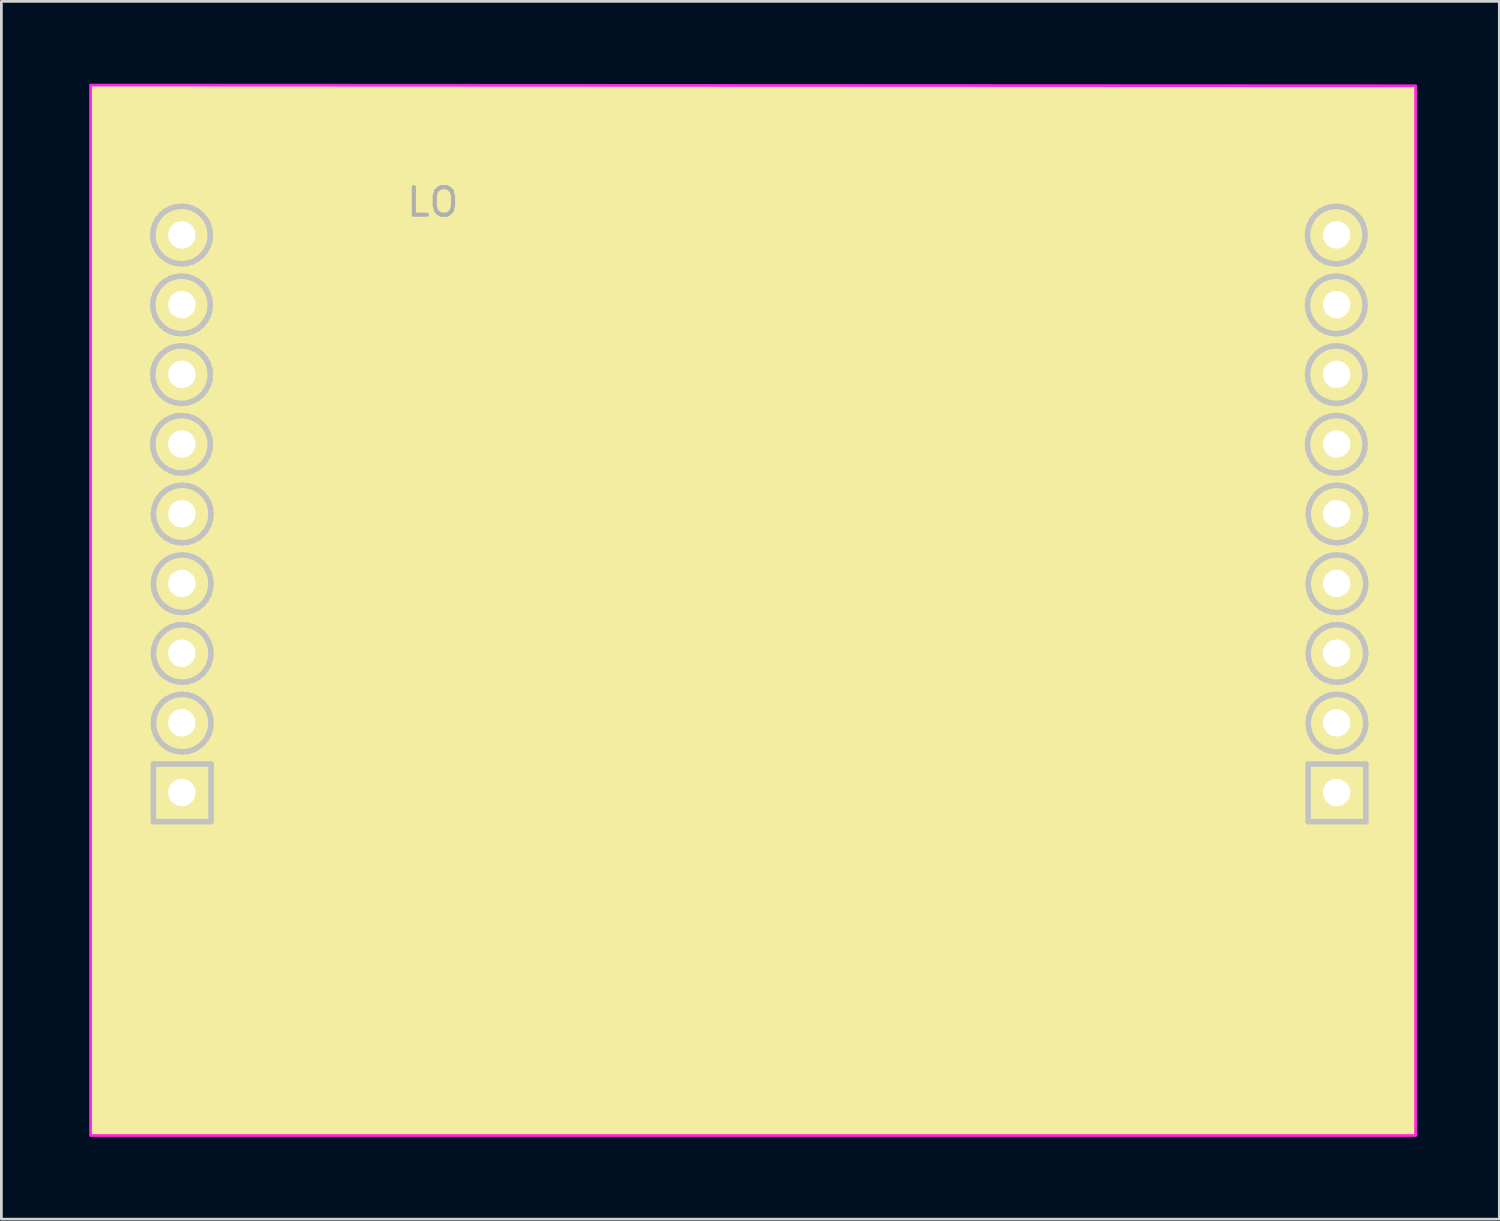
<source format=kicad_pcb>
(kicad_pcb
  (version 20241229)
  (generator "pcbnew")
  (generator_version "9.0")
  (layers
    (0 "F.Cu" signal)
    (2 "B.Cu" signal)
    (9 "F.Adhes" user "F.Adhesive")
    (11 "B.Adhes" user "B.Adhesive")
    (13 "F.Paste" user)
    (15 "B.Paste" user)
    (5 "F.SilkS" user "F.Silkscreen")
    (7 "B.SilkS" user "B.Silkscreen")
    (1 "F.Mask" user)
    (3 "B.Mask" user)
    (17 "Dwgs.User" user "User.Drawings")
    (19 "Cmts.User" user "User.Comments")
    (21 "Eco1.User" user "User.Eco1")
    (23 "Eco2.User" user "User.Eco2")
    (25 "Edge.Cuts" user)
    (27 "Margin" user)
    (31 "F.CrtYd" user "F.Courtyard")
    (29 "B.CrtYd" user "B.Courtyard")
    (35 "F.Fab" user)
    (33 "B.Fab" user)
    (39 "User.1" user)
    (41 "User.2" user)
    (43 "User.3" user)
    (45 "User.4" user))
  (footprint "LO"
    (layer "F.Cu")
    (at 0.25 0.304)
    (property "Reference" "LO" (at 9.169 0.813 0) (unlocked yes) (layer "F.SilkS") (effects (font (size 1 1) (thickness 0.1))))
    (attr through_hole)
    (fp_poly (pts (xy 48.285 38.024) (xy 48.285 -0.229) (xy 0 -0.254) (xy 0 38.024)) (stroke (width 0) (type solid)) (fill yes) (layer "F.SilkS"))
    (fp_line (start 2.265 5.213) (end 2.285 5.008) (stroke (width 0.2) (type default)) (layer "Dwgs.User"))
    (fp_line (start 2.265 7.758) (end 2.285 7.553) (stroke (width 0.2) (type default)) (layer "Dwgs.User"))
    (fp_line (start 2.265 10.297) (end 2.285 10.093) (stroke (width 0.2) (type default)) (layer "Dwgs.User"))
    (fp_line (start 2.265 12.838) (end 2.285 12.633) (stroke (width 0.2) (type default)) (layer "Dwgs.User"))
    (fp_line (start 2.285 5.008) (end 2.345 4.811) (stroke (width 0.2) (type default)) (layer "Dwgs.User"))
    (fp_line (start 2.285 5.417) (end 2.265 5.213) (stroke (width 0.2) (type default)) (layer "Dwgs.User"))
    (fp_line (start 2.285 7.553) (end 2.345 7.356) (stroke (width 0.2) (type default)) (layer "Dwgs.User"))
    (fp_line (start 2.285 7.962) (end 2.265 7.758) (stroke (width 0.2) (type default)) (layer "Dwgs.User"))
    (fp_line (start 2.285 10.093) (end 2.345 9.896) (stroke (width 0.2) (type default)) (layer "Dwgs.User"))
    (fp_line (start 2.285 10.502) (end 2.265 10.297) (stroke (width 0.2) (type default)) (layer "Dwgs.User"))
    (fp_line (start 2.285 12.633) (end 2.345 12.436) (stroke (width 0.2) (type default)) (layer "Dwgs.User"))
    (fp_line (start 2.285 13.042) (end 2.265 12.838) (stroke (width 0.2) (type default)) (layer "Dwgs.User"))
    (fp_line (start 2.29 15.377) (end 2.31 15.173) (stroke (width 0.2) (type default)) (layer "Dwgs.User"))
    (fp_line (start 2.29 17.918) (end 2.31 17.713) (stroke (width 0.2) (type default)) (layer "Dwgs.User"))
    (fp_line (start 2.29 20.457) (end 2.31 20.253) (stroke (width 0.2) (type default)) (layer "Dwgs.User"))
    (fp_line (start 2.29 22.997) (end 2.31 22.793) (stroke (width 0.2) (type default)) (layer "Dwgs.User"))
    (fp_line (start 2.29 24.488) (end 4.39 24.488) (stroke (width 0.2) (type default)) (layer "Dwgs.User"))
    (fp_line (start 2.29 26.587) (end 2.29 24.488) (stroke (width 0.2) (type default)) (layer "Dwgs.User"))
    (fp_line (start 2.31 15.173) (end 2.37 14.976) (stroke (width 0.2) (type default)) (layer "Dwgs.User"))
    (fp_line (start 2.31 15.582) (end 2.29 15.377) (stroke (width 0.2) (type default)) (layer "Dwgs.User"))
    (fp_line (start 2.31 17.713) (end 2.37 17.516) (stroke (width 0.2) (type default)) (layer "Dwgs.User"))
    (fp_line (start 2.31 18.122) (end 2.29 17.918) (stroke (width 0.2) (type default)) (layer "Dwgs.User"))
    (fp_line (start 2.31 20.253) (end 2.37 20.056) (stroke (width 0.2) (type default)) (layer "Dwgs.User"))
    (fp_line (start 2.31 20.662) (end 2.29 20.457) (stroke (width 0.2) (type default)) (layer "Dwgs.User"))
    (fp_line (start 2.31 22.793) (end 2.37 22.596) (stroke (width 0.2) (type default)) (layer "Dwgs.User"))
    (fp_line (start 2.31 23.202) (end 2.29 22.997) (stroke (width 0.2) (type default)) (layer "Dwgs.User"))
    (fp_line (start 2.345 4.811) (end 2.442 4.629) (stroke (width 0.2) (type default)) (layer "Dwgs.User"))
    (fp_line (start 2.345 5.614) (end 2.285 5.417) (stroke (width 0.2) (type default)) (layer "Dwgs.User"))
    (fp_line (start 2.345 7.356) (end 2.442 7.174) (stroke (width 0.2) (type default)) (layer "Dwgs.User"))
    (fp_line (start 2.345 8.159) (end 2.285 7.962) (stroke (width 0.2) (type default)) (layer "Dwgs.User"))
    (fp_line (start 2.345 9.896) (end 2.442 9.714) (stroke (width 0.2) (type default)) (layer "Dwgs.User"))
    (fp_line (start 2.345 10.699) (end 2.285 10.502) (stroke (width 0.2) (type default)) (layer "Dwgs.User"))
    (fp_line (start 2.345 12.436) (end 2.442 12.254) (stroke (width 0.2) (type default)) (layer "Dwgs.User"))
    (fp_line (start 2.345 13.239) (end 2.285 13.042) (stroke (width 0.2) (type default)) (layer "Dwgs.User"))
    (fp_line (start 2.37 14.976) (end 2.467 14.794) (stroke (width 0.2) (type default)) (layer "Dwgs.User"))
    (fp_line (start 2.37 15.779) (end 2.31 15.582) (stroke (width 0.2) (type default)) (layer "Dwgs.User"))
    (fp_line (start 2.37 17.516) (end 2.467 17.334) (stroke (width 0.2) (type default)) (layer "Dwgs.User"))
    (fp_line (start 2.37 18.319) (end 2.31 18.122) (stroke (width 0.2) (type default)) (layer "Dwgs.User"))
    (fp_line (start 2.37 20.056) (end 2.467 19.874) (stroke (width 0.2) (type default)) (layer "Dwgs.User"))
    (fp_line (start 2.37 20.859) (end 2.31 20.662) (stroke (width 0.2) (type default)) (layer "Dwgs.User"))
    (fp_line (start 2.37 22.596) (end 2.467 22.414) (stroke (width 0.2) (type default)) (layer "Dwgs.User"))
    (fp_line (start 2.37 23.399) (end 2.31 23.202) (stroke (width 0.2) (type default)) (layer "Dwgs.User"))
    (fp_line (start 2.442 4.629) (end 2.573 4.47) (stroke (width 0.2) (type default)) (layer "Dwgs.User"))
    (fp_line (start 2.442 5.796) (end 2.345 5.614) (stroke (width 0.2) (type default)) (layer "Dwgs.User"))
    (fp_line (start 2.442 7.174) (end 2.573 7.015) (stroke (width 0.2) (type default)) (layer "Dwgs.User"))
    (fp_line (start 2.442 8.341) (end 2.345 8.159) (stroke (width 0.2) (type default)) (layer "Dwgs.User"))
    (fp_line (start 2.442 9.714) (end 2.573 9.555) (stroke (width 0.2) (type default)) (layer "Dwgs.User"))
    (fp_line (start 2.442 10.881) (end 2.345 10.699) (stroke (width 0.2) (type default)) (layer "Dwgs.User"))
    (fp_line (start 2.442 12.254) (end 2.573 12.095) (stroke (width 0.2) (type default)) (layer "Dwgs.User"))
    (fp_line (start 2.442 13.421) (end 2.345 13.239) (stroke (width 0.2) (type default)) (layer "Dwgs.User"))
    (fp_line (start 2.467 14.794) (end 2.598 14.635) (stroke (width 0.2) (type default)) (layer "Dwgs.User"))
    (fp_line (start 2.467 15.961) (end 2.37 15.779) (stroke (width 0.2) (type default)) (layer "Dwgs.User"))
    (fp_line (start 2.467 17.334) (end 2.598 17.175) (stroke (width 0.2) (type default)) (layer "Dwgs.User"))
    (fp_line (start 2.467 18.501) (end 2.37 18.319) (stroke (width 0.2) (type default)) (layer "Dwgs.User"))
    (fp_line (start 2.467 19.874) (end 2.598 19.715) (stroke (width 0.2) (type default)) (layer "Dwgs.User"))
    (fp_line (start 2.467 21.041) (end 2.37 20.859) (stroke (width 0.2) (type default)) (layer "Dwgs.User"))
    (fp_line (start 2.467 22.414) (end 2.598 22.255) (stroke (width 0.2) (type default)) (layer "Dwgs.User"))
    (fp_line (start 2.467 23.581) (end 2.37 23.399) (stroke (width 0.2) (type default)) (layer "Dwgs.User"))
    (fp_line (start 2.573 4.47) (end 2.732 4.339) (stroke (width 0.2) (type default)) (layer "Dwgs.User"))
    (fp_line (start 2.573 5.955) (end 2.442 5.796) (stroke (width 0.2) (type default)) (layer "Dwgs.User"))
    (fp_line (start 2.573 7.015) (end 2.732 6.884) (stroke (width 0.2) (type default)) (layer "Dwgs.User"))
    (fp_line (start 2.573 8.5) (end 2.442 8.341) (stroke (width 0.2) (type default)) (layer "Dwgs.User"))
    (fp_line (start 2.573 9.555) (end 2.732 9.424) (stroke (width 0.2) (type default)) (layer "Dwgs.User"))
    (fp_line (start 2.573 11.04) (end 2.442 10.881) (stroke (width 0.2) (type default)) (layer "Dwgs.User"))
    (fp_line (start 2.573 12.095) (end 2.732 11.964) (stroke (width 0.2) (type default)) (layer "Dwgs.User"))
    (fp_line (start 2.573 13.58) (end 2.442 13.421) (stroke (width 0.2) (type default)) (layer "Dwgs.User"))
    (fp_line (start 2.598 14.635) (end 2.757 14.504) (stroke (width 0.2) (type default)) (layer "Dwgs.User"))
    (fp_line (start 2.598 16.12) (end 2.467 15.961) (stroke (width 0.2) (type default)) (layer "Dwgs.User"))
    (fp_line (start 2.598 17.175) (end 2.757 17.044) (stroke (width 0.2) (type default)) (layer "Dwgs.User"))
    (fp_line (start 2.598 18.66) (end 2.467 18.501) (stroke (width 0.2) (type default)) (layer "Dwgs.User"))
    (fp_line (start 2.598 19.715) (end 2.757 19.584) (stroke (width 0.2) (type default)) (layer "Dwgs.User"))
    (fp_line (start 2.598 21.2) (end 2.467 21.041) (stroke (width 0.2) (type default)) (layer "Dwgs.User"))
    (fp_line (start 2.598 22.255) (end 2.757 22.124) (stroke (width 0.2) (type default)) (layer "Dwgs.User"))
    (fp_line (start 2.598 23.74) (end 2.467 23.581) (stroke (width 0.2) (type default)) (layer "Dwgs.User"))
    (fp_line (start 2.732 4.339) (end 2.913 4.242) (stroke (width 0.2) (type default)) (layer "Dwgs.User"))
    (fp_line (start 2.732 6.086) (end 2.573 5.955) (stroke (width 0.2) (type default)) (layer "Dwgs.User"))
    (fp_line (start 2.732 6.884) (end 2.913 6.787) (stroke (width 0.2) (type default)) (layer "Dwgs.User"))
    (fp_line (start 2.732 8.631) (end 2.573 8.5) (stroke (width 0.2) (type default)) (layer "Dwgs.User"))
    (fp_line (start 2.732 9.424) (end 2.913 9.327) (stroke (width 0.2) (type default)) (layer "Dwgs.User"))
    (fp_line (start 2.732 11.171) (end 2.573 11.04) (stroke (width 0.2) (type default)) (layer "Dwgs.User"))
    (fp_line (start 2.732 11.964) (end 2.913 11.867) (stroke (width 0.2) (type default)) (layer "Dwgs.User"))
    (fp_line (start 2.732 13.711) (end 2.573 13.58) (stroke (width 0.2) (type default)) (layer "Dwgs.User"))
    (fp_line (start 2.757 14.504) (end 2.938 14.407) (stroke (width 0.2) (type default)) (layer "Dwgs.User"))
    (fp_line (start 2.757 16.251) (end 2.598 16.12) (stroke (width 0.2) (type default)) (layer "Dwgs.User"))
    (fp_line (start 2.757 17.044) (end 2.938 16.947) (stroke (width 0.2) (type default)) (layer "Dwgs.User"))
    (fp_line (start 2.757 18.791) (end 2.598 18.66) (stroke (width 0.2) (type default)) (layer "Dwgs.User"))
    (fp_line (start 2.757 19.584) (end 2.938 19.487) (stroke (width 0.2) (type default)) (layer "Dwgs.User"))
    (fp_line (start 2.757 21.331) (end 2.598 21.2) (stroke (width 0.2) (type default)) (layer "Dwgs.User"))
    (fp_line (start 2.757 22.124) (end 2.938 22.027) (stroke (width 0.2) (type default)) (layer "Dwgs.User"))
    (fp_line (start 2.757 23.871) (end 2.598 23.74) (stroke (width 0.2) (type default)) (layer "Dwgs.User"))
    (fp_line (start 2.913 4.242) (end 3.11 4.183) (stroke (width 0.2) (type default)) (layer "Dwgs.User"))
    (fp_line (start 2.913 6.183) (end 2.732 6.086) (stroke (width 0.2) (type default)) (layer "Dwgs.User"))
    (fp_line (start 2.913 6.787) (end 3.11 6.728) (stroke (width 0.2) (type default)) (layer "Dwgs.User"))
    (fp_line (start 2.913 8.728) (end 2.732 8.631) (stroke (width 0.2) (type default)) (layer "Dwgs.User"))
    (fp_line (start 2.913 9.327) (end 3.11 9.268) (stroke (width 0.2) (type default)) (layer "Dwgs.User"))
    (fp_line (start 2.913 11.268) (end 2.732 11.171) (stroke (width 0.2) (type default)) (layer "Dwgs.User"))
    (fp_line (start 2.913 11.867) (end 3.11 11.808) (stroke (width 0.2) (type default)) (layer "Dwgs.User"))
    (fp_line (start 2.913 13.808) (end 2.732 13.711) (stroke (width 0.2) (type default)) (layer "Dwgs.User"))
    (fp_line (start 2.938 14.407) (end 3.135 14.348) (stroke (width 0.2) (type default)) (layer "Dwgs.User"))
    (fp_line (start 2.938 16.348) (end 2.757 16.251) (stroke (width 0.2) (type default)) (layer "Dwgs.User"))
    (fp_line (start 2.938 16.947) (end 3.135 16.888) (stroke (width 0.2) (type default)) (layer "Dwgs.User"))
    (fp_line (start 2.938 18.888) (end 2.757 18.791) (stroke (width 0.2) (type default)) (layer "Dwgs.User"))
    (fp_line (start 2.938 19.487) (end 3.135 19.428) (stroke (width 0.2) (type default)) (layer "Dwgs.User"))
    (fp_line (start 2.938 21.428) (end 2.757 21.331) (stroke (width 0.2) (type default)) (layer "Dwgs.User"))
    (fp_line (start 2.938 22.027) (end 3.135 21.968) (stroke (width 0.2) (type default)) (layer "Dwgs.User"))
    (fp_line (start 2.938 23.968) (end 2.757 23.871) (stroke (width 0.2) (type default)) (layer "Dwgs.User"))
    (fp_line (start 3.11 4.183) (end 3.315 4.162) (stroke (width 0.2) (type default)) (layer "Dwgs.User"))
    (fp_line (start 3.11 6.242) (end 2.913 6.183) (stroke (width 0.2) (type default)) (layer "Dwgs.User"))
    (fp_line (start 3.11 6.728) (end 3.315 6.707) (stroke (width 0.2) (type default)) (layer "Dwgs.User"))
    (fp_line (start 3.11 8.787) (end 2.913 8.728) (stroke (width 0.2) (type default)) (layer "Dwgs.User"))
    (fp_line (start 3.11 9.268) (end 3.315 9.248) (stroke (width 0.2) (type default)) (layer "Dwgs.User"))
    (fp_line (start 3.11 11.327) (end 2.913 11.268) (stroke (width 0.2) (type default)) (layer "Dwgs.User"))
    (fp_line (start 3.11 11.808) (end 3.315 11.787) (stroke (width 0.2) (type default)) (layer "Dwgs.User"))
    (fp_line (start 3.11 13.867) (end 2.913 13.808) (stroke (width 0.2) (type default)) (layer "Dwgs.User"))
    (fp_line (start 3.135 14.348) (end 3.34 14.328) (stroke (width 0.2) (type default)) (layer "Dwgs.User"))
    (fp_line (start 3.135 16.407) (end 2.938 16.348) (stroke (width 0.2) (type default)) (layer "Dwgs.User"))
    (fp_line (start 3.135 16.888) (end 3.34 16.867) (stroke (width 0.2) (type default)) (layer "Dwgs.User"))
    (fp_line (start 3.135 18.947) (end 2.938 18.888) (stroke (width 0.2) (type default)) (layer "Dwgs.User"))
    (fp_line (start 3.135 19.428) (end 3.34 19.407) (stroke (width 0.2) (type default)) (layer "Dwgs.User"))
    (fp_line (start 3.135 21.487) (end 2.938 21.428) (stroke (width 0.2) (type default)) (layer "Dwgs.User"))
    (fp_line (start 3.135 21.968) (end 3.34 21.948) (stroke (width 0.2) (type default)) (layer "Dwgs.User"))
    (fp_line (start 3.135 24.027) (end 2.938 23.968) (stroke (width 0.2) (type default)) (layer "Dwgs.User"))
    (fp_line (start 3.315 4.162) (end 3.52 4.183) (stroke (width 0.2) (type default)) (layer "Dwgs.User"))
    (fp_line (start 3.315 6.263) (end 3.11 6.242) (stroke (width 0.2) (type default)) (layer "Dwgs.User"))
    (fp_line (start 3.315 6.707) (end 3.52 6.728) (stroke (width 0.2) (type default)) (layer "Dwgs.User"))
    (fp_line (start 3.315 8.807) (end 3.11 8.787) (stroke (width 0.2) (type default)) (layer "Dwgs.User"))
    (fp_line (start 3.315 9.248) (end 3.52 9.268) (stroke (width 0.2) (type default)) (layer "Dwgs.User"))
    (fp_line (start 3.315 11.348) (end 3.11 11.327) (stroke (width 0.2) (type default)) (layer "Dwgs.User"))
    (fp_line (start 3.315 11.787) (end 3.52 11.808) (stroke (width 0.2) (type default)) (layer "Dwgs.User"))
    (fp_line (start 3.315 13.887) (end 3.11 13.867) (stroke (width 0.2) (type default)) (layer "Dwgs.User"))
    (fp_line (start 3.34 14.328) (end 3.545 14.348) (stroke (width 0.2) (type default)) (layer "Dwgs.User"))
    (fp_line (start 3.34 16.427) (end 3.135 16.407) (stroke (width 0.2) (type default)) (layer "Dwgs.User"))
    (fp_line (start 3.34 16.867) (end 3.545 16.888) (stroke (width 0.2) (type default)) (layer "Dwgs.User"))
    (fp_line (start 3.34 18.968) (end 3.135 18.947) (stroke (width 0.2) (type default)) (layer "Dwgs.User"))
    (fp_line (start 3.34 19.407) (end 3.545 19.428) (stroke (width 0.2) (type default)) (layer "Dwgs.User"))
    (fp_line (start 3.34 21.508) (end 3.135 21.487) (stroke (width 0.2) (type default)) (layer "Dwgs.User"))
    (fp_line (start 3.34 21.948) (end 3.545 21.968) (stroke (width 0.2) (type default)) (layer "Dwgs.User"))
    (fp_line (start 3.34 24.047) (end 3.135 24.027) (stroke (width 0.2) (type default)) (layer "Dwgs.User"))
    (fp_line (start 3.52 4.183) (end 3.717 4.242) (stroke (width 0.2) (type default)) (layer "Dwgs.User"))
    (fp_line (start 3.52 6.242) (end 3.315 6.263) (stroke (width 0.2) (type default)) (layer "Dwgs.User"))
    (fp_line (start 3.52 6.728) (end 3.717 6.787) (stroke (width 0.2) (type default)) (layer "Dwgs.User"))
    (fp_line (start 3.52 8.787) (end 3.315 8.807) (stroke (width 0.2) (type default)) (layer "Dwgs.User"))
    (fp_line (start 3.52 9.268) (end 3.717 9.327) (stroke (width 0.2) (type default)) (layer "Dwgs.User"))
    (fp_line (start 3.52 11.327) (end 3.315 11.348) (stroke (width 0.2) (type default)) (layer "Dwgs.User"))
    (fp_line (start 3.52 11.808) (end 3.717 11.867) (stroke (width 0.2) (type default)) (layer "Dwgs.User"))
    (fp_line (start 3.52 13.867) (end 3.315 13.887) (stroke (width 0.2) (type default)) (layer "Dwgs.User"))
    (fp_line (start 3.545 14.348) (end 3.742 14.407) (stroke (width 0.2) (type default)) (layer "Dwgs.User"))
    (fp_line (start 3.545 16.407) (end 3.34 16.427) (stroke (width 0.2) (type default)) (layer "Dwgs.User"))
    (fp_line (start 3.545 16.888) (end 3.742 16.947) (stroke (width 0.2) (type default)) (layer "Dwgs.User"))
    (fp_line (start 3.545 18.947) (end 3.34 18.968) (stroke (width 0.2) (type default)) (layer "Dwgs.User"))
    (fp_line (start 3.545 19.428) (end 3.742 19.487) (stroke (width 0.2) (type default)) (layer "Dwgs.User"))
    (fp_line (start 3.545 21.487) (end 3.34 21.508) (stroke (width 0.2) (type default)) (layer "Dwgs.User"))
    (fp_line (start 3.545 21.968) (end 3.742 22.027) (stroke (width 0.2) (type default)) (layer "Dwgs.User"))
    (fp_line (start 3.545 24.027) (end 3.34 24.047) (stroke (width 0.2) (type default)) (layer "Dwgs.User"))
    (fp_line (start 3.717 4.242) (end 3.898 4.339) (stroke (width 0.2) (type default)) (layer "Dwgs.User"))
    (fp_line (start 3.717 6.183) (end 3.52 6.242) (stroke (width 0.2) (type default)) (layer "Dwgs.User"))
    (fp_line (start 3.717 6.787) (end 3.898 6.884) (stroke (width 0.2) (type default)) (layer "Dwgs.User"))
    (fp_line (start 3.717 8.728) (end 3.52 8.787) (stroke (width 0.2) (type default)) (layer "Dwgs.User"))
    (fp_line (start 3.717 9.327) (end 3.898 9.424) (stroke (width 0.2) (type default)) (layer "Dwgs.User"))
    (fp_line (start 3.717 11.268) (end 3.52 11.327) (stroke (width 0.2) (type default)) (layer "Dwgs.User"))
    (fp_line (start 3.717 11.867) (end 3.898 11.964) (stroke (width 0.2) (type default)) (layer "Dwgs.User"))
    (fp_line (start 3.717 13.808) (end 3.52 13.867) (stroke (width 0.2) (type default)) (layer "Dwgs.User"))
    (fp_line (start 3.742 14.407) (end 3.923 14.504) (stroke (width 0.2) (type default)) (layer "Dwgs.User"))
    (fp_line (start 3.742 16.348) (end 3.545 16.407) (stroke (width 0.2) (type default)) (layer "Dwgs.User"))
    (fp_line (start 3.742 16.947) (end 3.923 17.044) (stroke (width 0.2) (type default)) (layer "Dwgs.User"))
    (fp_line (start 3.742 18.888) (end 3.545 18.947) (stroke (width 0.2) (type default)) (layer "Dwgs.User"))
    (fp_line (start 3.742 19.487) (end 3.923 19.584) (stroke (width 0.2) (type default)) (layer "Dwgs.User"))
    (fp_line (start 3.742 21.428) (end 3.545 21.487) (stroke (width 0.2) (type default)) (layer "Dwgs.User"))
    (fp_line (start 3.742 22.027) (end 3.923 22.124) (stroke (width 0.2) (type default)) (layer "Dwgs.User"))
    (fp_line (start 3.742 23.968) (end 3.545 24.027) (stroke (width 0.2) (type default)) (layer "Dwgs.User"))
    (fp_line (start 3.898 4.339) (end 4.057 4.47) (stroke (width 0.2) (type default)) (layer "Dwgs.User"))
    (fp_line (start 3.898 6.086) (end 3.717 6.183) (stroke (width 0.2) (type default)) (layer "Dwgs.User"))
    (fp_line (start 3.898 6.884) (end 4.057 7.015) (stroke (width 0.2) (type default)) (layer "Dwgs.User"))
    (fp_line (start 3.898 8.631) (end 3.717 8.728) (stroke (width 0.2) (type default)) (layer "Dwgs.User"))
    (fp_line (start 3.898 9.424) (end 4.057 9.555) (stroke (width 0.2) (type default)) (layer "Dwgs.User"))
    (fp_line (start 3.898 11.171) (end 3.717 11.268) (stroke (width 0.2) (type default)) (layer "Dwgs.User"))
    (fp_line (start 3.898 11.964) (end 4.057 12.095) (stroke (width 0.2) (type default)) (layer "Dwgs.User"))
    (fp_line (start 3.898 13.711) (end 3.717 13.808) (stroke (width 0.2) (type default)) (layer "Dwgs.User"))
    (fp_line (start 3.923 14.504) (end 4.082 14.635) (stroke (width 0.2) (type default)) (layer "Dwgs.User"))
    (fp_line (start 3.923 16.251) (end 3.742 16.348) (stroke (width 0.2) (type default)) (layer "Dwgs.User"))
    (fp_line (start 3.923 17.044) (end 4.082 17.175) (stroke (width 0.2) (type default)) (layer "Dwgs.User"))
    (fp_line (start 3.923 18.791) (end 3.742 18.888) (stroke (width 0.2) (type default)) (layer "Dwgs.User"))
    (fp_line (start 3.923 19.584) (end 4.082 19.715) (stroke (width 0.2) (type default)) (layer "Dwgs.User"))
    (fp_line (start 3.923 21.331) (end 3.742 21.428) (stroke (width 0.2) (type default)) (layer "Dwgs.User"))
    (fp_line (start 3.923 22.124) (end 4.082 22.255) (stroke (width 0.2) (type default)) (layer "Dwgs.User"))
    (fp_line (start 3.923 23.871) (end 3.742 23.968) (stroke (width 0.2) (type default)) (layer "Dwgs.User"))
    (fp_line (start 4.057 4.47) (end 4.188 4.629) (stroke (width 0.2) (type default)) (layer "Dwgs.User"))
    (fp_line (start 4.057 5.955) (end 3.898 6.086) (stroke (width 0.2) (type default)) (layer "Dwgs.User"))
    (fp_line (start 4.057 7.015) (end 4.188 7.174) (stroke (width 0.2) (type default)) (layer "Dwgs.User"))
    (fp_line (start 4.057 8.5) (end 3.898 8.631) (stroke (width 0.2) (type default)) (layer "Dwgs.User"))
    (fp_line (start 4.057 9.555) (end 4.188 9.714) (stroke (width 0.2) (type default)) (layer "Dwgs.User"))
    (fp_line (start 4.057 11.04) (end 3.898 11.171) (stroke (width 0.2) (type default)) (layer "Dwgs.User"))
    (fp_line (start 4.057 12.095) (end 4.188 12.254) (stroke (width 0.2) (type default)) (layer "Dwgs.User"))
    (fp_line (start 4.057 13.58) (end 3.898 13.711) (stroke (width 0.2) (type default)) (layer "Dwgs.User"))
    (fp_line (start 4.082 14.635) (end 4.213 14.794) (stroke (width 0.2) (type default)) (layer "Dwgs.User"))
    (fp_line (start 4.082 16.12) (end 3.923 16.251) (stroke (width 0.2) (type default)) (layer "Dwgs.User"))
    (fp_line (start 4.082 17.175) (end 4.213 17.334) (stroke (width 0.2) (type default)) (layer "Dwgs.User"))
    (fp_line (start 4.082 18.66) (end 3.923 18.791) (stroke (width 0.2) (type default)) (layer "Dwgs.User"))
    (fp_line (start 4.082 19.715) (end 4.213 19.874) (stroke (width 0.2) (type default)) (layer "Dwgs.User"))
    (fp_line (start 4.082 21.2) (end 3.923 21.331) (stroke (width 0.2) (type default)) (layer "Dwgs.User"))
    (fp_line (start 4.082 22.255) (end 4.213 22.414) (stroke (width 0.2) (type default)) (layer "Dwgs.User"))
    (fp_line (start 4.082 23.74) (end 3.923 23.871) (stroke (width 0.2) (type default)) (layer "Dwgs.User"))
    (fp_line (start 4.188 4.629) (end 4.285 4.811) (stroke (width 0.2) (type default)) (layer "Dwgs.User"))
    (fp_line (start 4.188 5.796) (end 4.057 5.955) (stroke (width 0.2) (type default)) (layer "Dwgs.User"))
    (fp_line (start 4.188 7.174) (end 4.285 7.356) (stroke (width 0.2) (type default)) (layer "Dwgs.User"))
    (fp_line (start 4.188 8.341) (end 4.057 8.5) (stroke (width 0.2) (type default)) (layer "Dwgs.User"))
    (fp_line (start 4.188 9.714) (end 4.285 9.896) (stroke (width 0.2) (type default)) (layer "Dwgs.User"))
    (fp_line (start 4.188 10.881) (end 4.057 11.04) (stroke (width 0.2) (type default)) (layer "Dwgs.User"))
    (fp_line (start 4.188 12.254) (end 4.285 12.436) (stroke (width 0.2) (type default)) (layer "Dwgs.User"))
    (fp_line (start 4.188 13.421) (end 4.057 13.58) (stroke (width 0.2) (type default)) (layer "Dwgs.User"))
    (fp_line (start 4.213 14.794) (end 4.31 14.976) (stroke (width 0.2) (type default)) (layer "Dwgs.User"))
    (fp_line (start 4.213 15.961) (end 4.082 16.12) (stroke (width 0.2) (type default)) (layer "Dwgs.User"))
    (fp_line (start 4.213 17.334) (end 4.31 17.516) (stroke (width 0.2) (type default)) (layer "Dwgs.User"))
    (fp_line (start 4.213 18.501) (end 4.082 18.66) (stroke (width 0.2) (type default)) (layer "Dwgs.User"))
    (fp_line (start 4.213 19.874) (end 4.31 20.056) (stroke (width 0.2) (type default)) (layer "Dwgs.User"))
    (fp_line (start 4.213 21.041) (end 4.082 21.2) (stroke (width 0.2) (type default)) (layer "Dwgs.User"))
    (fp_line (start 4.213 22.414) (end 4.31 22.596) (stroke (width 0.2) (type default)) (layer "Dwgs.User"))
    (fp_line (start 4.213 23.581) (end 4.082 23.74) (stroke (width 0.2) (type default)) (layer "Dwgs.User"))
    (fp_line (start 4.285 4.811) (end 4.345 5.008) (stroke (width 0.2) (type default)) (layer "Dwgs.User"))
    (fp_line (start 4.285 5.614) (end 4.188 5.796) (stroke (width 0.2) (type default)) (layer "Dwgs.User"))
    (fp_line (start 4.285 7.356) (end 4.345 7.553) (stroke (width 0.2) (type default)) (layer "Dwgs.User"))
    (fp_line (start 4.285 8.159) (end 4.188 8.341) (stroke (width 0.2) (type default)) (layer "Dwgs.User"))
    (fp_line (start 4.285 9.896) (end 4.345 10.093) (stroke (width 0.2) (type default)) (layer "Dwgs.User"))
    (fp_line (start 4.285 10.699) (end 4.188 10.881) (stroke (width 0.2) (type default)) (layer "Dwgs.User"))
    (fp_line (start 4.285 12.436) (end 4.345 12.633) (stroke (width 0.2) (type default)) (layer "Dwgs.User"))
    (fp_line (start 4.285 13.239) (end 4.188 13.421) (stroke (width 0.2) (type default)) (layer "Dwgs.User"))
    (fp_line (start 4.31 14.976) (end 4.37 15.173) (stroke (width 0.2) (type default)) (layer "Dwgs.User"))
    (fp_line (start 4.31 15.779) (end 4.213 15.961) (stroke (width 0.2) (type default)) (layer "Dwgs.User"))
    (fp_line (start 4.31 17.516) (end 4.37 17.713) (stroke (width 0.2) (type default)) (layer "Dwgs.User"))
    (fp_line (start 4.31 18.319) (end 4.213 18.501) (stroke (width 0.2) (type default)) (layer "Dwgs.User"))
    (fp_line (start 4.31 20.056) (end 4.37 20.253) (stroke (width 0.2) (type default)) (layer "Dwgs.User"))
    (fp_line (start 4.31 20.859) (end 4.213 21.041) (stroke (width 0.2) (type default)) (layer "Dwgs.User"))
    (fp_line (start 4.31 22.596) (end 4.37 22.793) (stroke (width 0.2) (type default)) (layer "Dwgs.User"))
    (fp_line (start 4.31 23.399) (end 4.213 23.581) (stroke (width 0.2) (type default)) (layer "Dwgs.User"))
    (fp_line (start 4.345 5.008) (end 4.365 5.213) (stroke (width 0.2) (type default)) (layer "Dwgs.User"))
    (fp_line (start 4.345 5.417) (end 4.285 5.614) (stroke (width 0.2) (type default)) (layer "Dwgs.User"))
    (fp_line (start 4.345 7.553) (end 4.365 7.758) (stroke (width 0.2) (type default)) (layer "Dwgs.User"))
    (fp_line (start 4.345 7.962) (end 4.285 8.159) (stroke (width 0.2) (type default)) (layer "Dwgs.User"))
    (fp_line (start 4.345 10.093) (end 4.365 10.297) (stroke (width 0.2) (type default)) (layer "Dwgs.User"))
    (fp_line (start 4.345 10.502) (end 4.285 10.699) (stroke (width 0.2) (type default)) (layer "Dwgs.User"))
    (fp_line (start 4.345 12.633) (end 4.365 12.838) (stroke (width 0.2) (type default)) (layer "Dwgs.User"))
    (fp_line (start 4.345 13.042) (end 4.285 13.239) (stroke (width 0.2) (type default)) (layer "Dwgs.User"))
    (fp_line (start 4.365 5.213) (end 4.345 5.417) (stroke (width 0.2) (type default)) (layer "Dwgs.User"))
    (fp_line (start 4.365 7.758) (end 4.345 7.962) (stroke (width 0.2) (type default)) (layer "Dwgs.User"))
    (fp_line (start 4.365 10.297) (end 4.345 10.502) (stroke (width 0.2) (type default)) (layer "Dwgs.User"))
    (fp_line (start 4.365 12.838) (end 4.345 13.042) (stroke (width 0.2) (type default)) (layer "Dwgs.User"))
    (fp_line (start 4.37 15.173) (end 4.39 15.377) (stroke (width 0.2) (type default)) (layer "Dwgs.User"))
    (fp_line (start 4.37 15.582) (end 4.31 15.779) (stroke (width 0.2) (type default)) (layer "Dwgs.User"))
    (fp_line (start 4.37 17.713) (end 4.39 17.918) (stroke (width 0.2) (type default)) (layer "Dwgs.User"))
    (fp_line (start 4.37 18.122) (end 4.31 18.319) (stroke (width 0.2) (type default)) (layer "Dwgs.User"))
    (fp_line (start 4.37 20.253) (end 4.39 20.457) (stroke (width 0.2) (type default)) (layer "Dwgs.User"))
    (fp_line (start 4.37 20.662) (end 4.31 20.859) (stroke (width 0.2) (type default)) (layer "Dwgs.User"))
    (fp_line (start 4.37 22.793) (end 4.39 22.997) (stroke (width 0.2) (type default)) (layer "Dwgs.User"))
    (fp_line (start 4.37 23.202) (end 4.31 23.399) (stroke (width 0.2) (type default)) (layer "Dwgs.User"))
    (fp_line (start 4.39 15.377) (end 4.37 15.582) (stroke (width 0.2) (type default)) (layer "Dwgs.User"))
    (fp_line (start 4.39 17.918) (end 4.37 18.122) (stroke (width 0.2) (type default)) (layer "Dwgs.User"))
    (fp_line (start 4.39 20.457) (end 4.37 20.662) (stroke (width 0.2) (type default)) (layer "Dwgs.User"))
    (fp_line (start 4.39 22.997) (end 4.37 23.202) (stroke (width 0.2) (type default)) (layer "Dwgs.User"))
    (fp_line (start 4.39 24.488) (end 4.39 26.587) (stroke (width 0.2) (type default)) (layer "Dwgs.User"))
    (fp_line (start 4.39 26.587) (end 2.29 26.587) (stroke (width 0.2) (type default)) (layer "Dwgs.User"))
    (fp_line (start 44.345 5.213) (end 44.365 5.008) (stroke (width 0.2) (type default)) (layer "Dwgs.User"))
    (fp_line (start 44.345 7.758) (end 44.365 7.553) (stroke (width 0.2) (type default)) (layer "Dwgs.User"))
    (fp_line (start 44.345 10.297) (end 44.365 10.093) (stroke (width 0.2) (type default)) (layer "Dwgs.User"))
    (fp_line (start 44.345 12.838) (end 44.365 12.633) (stroke (width 0.2) (type default)) (layer "Dwgs.User"))
    (fp_line (start 44.365 5.008) (end 44.425 4.811) (stroke (width 0.2) (type default)) (layer "Dwgs.User"))
    (fp_line (start 44.365 5.417) (end 44.345 5.213) (stroke (width 0.2) (type default)) (layer "Dwgs.User"))
    (fp_line (start 44.365 7.553) (end 44.425 7.356) (stroke (width 0.2) (type default)) (layer "Dwgs.User"))
    (fp_line (start 44.365 7.962) (end 44.345 7.758) (stroke (width 0.2) (type default)) (layer "Dwgs.User"))
    (fp_line (start 44.365 10.093) (end 44.425 9.896) (stroke (width 0.2) (type default)) (layer "Dwgs.User"))
    (fp_line (start 44.365 10.502) (end 44.345 10.297) (stroke (width 0.2) (type default)) (layer "Dwgs.User"))
    (fp_line (start 44.365 12.633) (end 44.425 12.436) (stroke (width 0.2) (type default)) (layer "Dwgs.User"))
    (fp_line (start 44.365 13.042) (end 44.345 12.838) (stroke (width 0.2) (type default)) (layer "Dwgs.User"))
    (fp_line (start 44.37 15.377) (end 44.39 15.173) (stroke (width 0.2) (type default)) (layer "Dwgs.User"))
    (fp_line (start 44.37 17.918) (end 44.39 17.713) (stroke (width 0.2) (type default)) (layer "Dwgs.User"))
    (fp_line (start 44.37 20.457) (end 44.39 20.253) (stroke (width 0.2) (type default)) (layer "Dwgs.User"))
    (fp_line (start 44.37 22.997) (end 44.39 22.793) (stroke (width 0.2) (type default)) (layer "Dwgs.User"))
    (fp_line (start 44.37 24.488) (end 46.47 24.488) (stroke (width 0.2) (type default)) (layer "Dwgs.User"))
    (fp_line (start 44.37 26.587) (end 44.37 24.488) (stroke (width 0.2) (type default)) (layer "Dwgs.User"))
    (fp_line (start 44.39 15.173) (end 44.45 14.976) (stroke (width 0.2) (type default)) (layer "Dwgs.User"))
    (fp_line (start 44.39 15.582) (end 44.37 15.377) (stroke (width 0.2) (type default)) (layer "Dwgs.User"))
    (fp_line (start 44.39 17.713) (end 44.45 17.516) (stroke (width 0.2) (type default)) (layer "Dwgs.User"))
    (fp_line (start 44.39 18.122) (end 44.37 17.918) (stroke (width 0.2) (type default)) (layer "Dwgs.User"))
    (fp_line (start 44.39 20.253) (end 44.45 20.056) (stroke (width 0.2) (type default)) (layer "Dwgs.User"))
    (fp_line (start 44.39 20.662) (end 44.37 20.457) (stroke (width 0.2) (type default)) (layer "Dwgs.User"))
    (fp_line (start 44.39 22.793) (end 44.45 22.596) (stroke (width 0.2) (type default)) (layer "Dwgs.User"))
    (fp_line (start 44.39 23.202) (end 44.37 22.997) (stroke (width 0.2) (type default)) (layer "Dwgs.User"))
    (fp_line (start 44.425 4.811) (end 44.522 4.629) (stroke (width 0.2) (type default)) (layer "Dwgs.User"))
    (fp_line (start 44.425 5.614) (end 44.365 5.417) (stroke (width 0.2) (type default)) (layer "Dwgs.User"))
    (fp_line (start 44.425 7.356) (end 44.522 7.174) (stroke (width 0.2) (type default)) (layer "Dwgs.User"))
    (fp_line (start 44.425 8.159) (end 44.365 7.962) (stroke (width 0.2) (type default)) (layer "Dwgs.User"))
    (fp_line (start 44.425 9.896) (end 44.522 9.714) (stroke (width 0.2) (type default)) (layer "Dwgs.User"))
    (fp_line (start 44.425 10.699) (end 44.365 10.502) (stroke (width 0.2) (type default)) (layer "Dwgs.User"))
    (fp_line (start 44.425 12.436) (end 44.522 12.254) (stroke (width 0.2) (type default)) (layer "Dwgs.User"))
    (fp_line (start 44.425 13.239) (end 44.365 13.042) (stroke (width 0.2) (type default)) (layer "Dwgs.User"))
    (fp_line (start 44.45 14.976) (end 44.547 14.794) (stroke (width 0.2) (type default)) (layer "Dwgs.User"))
    (fp_line (start 44.45 15.779) (end 44.39 15.582) (stroke (width 0.2) (type default)) (layer "Dwgs.User"))
    (fp_line (start 44.45 17.516) (end 44.547 17.334) (stroke (width 0.2) (type default)) (layer "Dwgs.User"))
    (fp_line (start 44.45 18.319) (end 44.39 18.122) (stroke (width 0.2) (type default)) (layer "Dwgs.User"))
    (fp_line (start 44.45 20.056) (end 44.547 19.874) (stroke (width 0.2) (type default)) (layer "Dwgs.User"))
    (fp_line (start 44.45 20.859) (end 44.39 20.662) (stroke (width 0.2) (type default)) (layer "Dwgs.User"))
    (fp_line (start 44.45 22.596) (end 44.547 22.414) (stroke (width 0.2) (type default)) (layer "Dwgs.User"))
    (fp_line (start 44.45 23.399) (end 44.39 23.202) (stroke (width 0.2) (type default)) (layer "Dwgs.User"))
    (fp_line (start 44.522 4.629) (end 44.653 4.47) (stroke (width 0.2) (type default)) (layer "Dwgs.User"))
    (fp_line (start 44.522 5.796) (end 44.425 5.614) (stroke (width 0.2) (type default)) (layer "Dwgs.User"))
    (fp_line (start 44.522 7.174) (end 44.653 7.015) (stroke (width 0.2) (type default)) (layer "Dwgs.User"))
    (fp_line (start 44.522 8.341) (end 44.425 8.159) (stroke (width 0.2) (type default)) (layer "Dwgs.User"))
    (fp_line (start 44.522 9.714) (end 44.653 9.555) (stroke (width 0.2) (type default)) (layer "Dwgs.User"))
    (fp_line (start 44.522 10.881) (end 44.425 10.699) (stroke (width 0.2) (type default)) (layer "Dwgs.User"))
    (fp_line (start 44.522 12.254) (end 44.653 12.095) (stroke (width 0.2) (type default)) (layer "Dwgs.User"))
    (fp_line (start 44.522 13.421) (end 44.425 13.239) (stroke (width 0.2) (type default)) (layer "Dwgs.User"))
    (fp_line (start 44.547 14.794) (end 44.678 14.635) (stroke (width 0.2) (type default)) (layer "Dwgs.User"))
    (fp_line (start 44.547 15.961) (end 44.45 15.779) (stroke (width 0.2) (type default)) (layer "Dwgs.User"))
    (fp_line (start 44.547 17.334) (end 44.678 17.175) (stroke (width 0.2) (type default)) (layer "Dwgs.User"))
    (fp_line (start 44.547 18.501) (end 44.45 18.319) (stroke (width 0.2) (type default)) (layer "Dwgs.User"))
    (fp_line (start 44.547 19.874) (end 44.678 19.715) (stroke (width 0.2) (type default)) (layer "Dwgs.User"))
    (fp_line (start 44.547 21.041) (end 44.45 20.859) (stroke (width 0.2) (type default)) (layer "Dwgs.User"))
    (fp_line (start 44.547 22.414) (end 44.678 22.255) (stroke (width 0.2) (type default)) (layer "Dwgs.User"))
    (fp_line (start 44.547 23.581) (end 44.45 23.399) (stroke (width 0.2) (type default)) (layer "Dwgs.User"))
    (fp_line (start 44.653 4.47) (end 44.812 4.339) (stroke (width 0.2) (type default)) (layer "Dwgs.User"))
    (fp_line (start 44.653 5.955) (end 44.522 5.796) (stroke (width 0.2) (type default)) (layer "Dwgs.User"))
    (fp_line (start 44.653 7.015) (end 44.812 6.884) (stroke (width 0.2) (type default)) (layer "Dwgs.User"))
    (fp_line (start 44.653 8.5) (end 44.522 8.341) (stroke (width 0.2) (type default)) (layer "Dwgs.User"))
    (fp_line (start 44.653 9.555) (end 44.812 9.424) (stroke (width 0.2) (type default)) (layer "Dwgs.User"))
    (fp_line (start 44.653 11.04) (end 44.522 10.881) (stroke (width 0.2) (type default)) (layer "Dwgs.User"))
    (fp_line (start 44.653 12.095) (end 44.812 11.964) (stroke (width 0.2) (type default)) (layer "Dwgs.User"))
    (fp_line (start 44.653 13.58) (end 44.522 13.421) (stroke (width 0.2) (type default)) (layer "Dwgs.User"))
    (fp_line (start 44.678 14.635) (end 44.837 14.504) (stroke (width 0.2) (type default)) (layer "Dwgs.User"))
    (fp_line (start 44.678 16.12) (end 44.547 15.961) (stroke (width 0.2) (type default)) (layer "Dwgs.User"))
    (fp_line (start 44.678 17.175) (end 44.837 17.044) (stroke (width 0.2) (type default)) (layer "Dwgs.User"))
    (fp_line (start 44.678 18.66) (end 44.547 18.501) (stroke (width 0.2) (type default)) (layer "Dwgs.User"))
    (fp_line (start 44.678 19.715) (end 44.837 19.584) (stroke (width 0.2) (type default)) (layer "Dwgs.User"))
    (fp_line (start 44.678 21.2) (end 44.547 21.041) (stroke (width 0.2) (type default)) (layer "Dwgs.User"))
    (fp_line (start 44.678 22.255) (end 44.837 22.124) (stroke (width 0.2) (type default)) (layer "Dwgs.User"))
    (fp_line (start 44.678 23.74) (end 44.547 23.581) (stroke (width 0.2) (type default)) (layer "Dwgs.User"))
    (fp_line (start 44.812 4.339) (end 44.993 4.242) (stroke (width 0.2) (type default)) (layer "Dwgs.User"))
    (fp_line (start 44.812 6.086) (end 44.653 5.955) (stroke (width 0.2) (type default)) (layer "Dwgs.User"))
    (fp_line (start 44.812 6.884) (end 44.993 6.787) (stroke (width 0.2) (type default)) (layer "Dwgs.User"))
    (fp_line (start 44.812 8.631) (end 44.653 8.5) (stroke (width 0.2) (type default)) (layer "Dwgs.User"))
    (fp_line (start 44.812 9.424) (end 44.993 9.327) (stroke (width 0.2) (type default)) (layer "Dwgs.User"))
    (fp_line (start 44.812 11.171) (end 44.653 11.04) (stroke (width 0.2) (type default)) (layer "Dwgs.User"))
    (fp_line (start 44.812 11.964) (end 44.993 11.867) (stroke (width 0.2) (type default)) (layer "Dwgs.User"))
    (fp_line (start 44.812 13.711) (end 44.653 13.58) (stroke (width 0.2) (type default)) (layer "Dwgs.User"))
    (fp_line (start 44.837 14.504) (end 45.018 14.407) (stroke (width 0.2) (type default)) (layer "Dwgs.User"))
    (fp_line (start 44.837 16.251) (end 44.678 16.12) (stroke (width 0.2) (type default)) (layer "Dwgs.User"))
    (fp_line (start 44.837 17.044) (end 45.018 16.947) (stroke (width 0.2) (type default)) (layer "Dwgs.User"))
    (fp_line (start 44.837 18.791) (end 44.678 18.66) (stroke (width 0.2) (type default)) (layer "Dwgs.User"))
    (fp_line (start 44.837 19.584) (end 45.018 19.487) (stroke (width 0.2) (type default)) (layer "Dwgs.User"))
    (fp_line (start 44.837 21.331) (end 44.678 21.2) (stroke (width 0.2) (type default)) (layer "Dwgs.User"))
    (fp_line (start 44.837 22.124) (end 45.018 22.027) (stroke (width 0.2) (type default)) (layer "Dwgs.User"))
    (fp_line (start 44.837 23.871) (end 44.678 23.74) (stroke (width 0.2) (type default)) (layer "Dwgs.User"))
    (fp_line (start 44.993 4.242) (end 45.19 4.183) (stroke (width 0.2) (type default)) (layer "Dwgs.User"))
    (fp_line (start 44.993 6.183) (end 44.812 6.086) (stroke (width 0.2) (type default)) (layer "Dwgs.User"))
    (fp_line (start 44.993 6.787) (end 45.19 6.728) (stroke (width 0.2) (type default)) (layer "Dwgs.User"))
    (fp_line (start 44.993 8.728) (end 44.812 8.631) (stroke (width 0.2) (type default)) (layer "Dwgs.User"))
    (fp_line (start 44.993 9.327) (end 45.19 9.268) (stroke (width 0.2) (type default)) (layer "Dwgs.User"))
    (fp_line (start 44.993 11.268) (end 44.812 11.171) (stroke (width 0.2) (type default)) (layer "Dwgs.User"))
    (fp_line (start 44.993 11.867) (end 45.19 11.808) (stroke (width 0.2) (type default)) (layer "Dwgs.User"))
    (fp_line (start 44.993 13.808) (end 44.812 13.711) (stroke (width 0.2) (type default)) (layer "Dwgs.User"))
    (fp_line (start 45.018 14.407) (end 45.215 14.348) (stroke (width 0.2) (type default)) (layer "Dwgs.User"))
    (fp_line (start 45.018 16.348) (end 44.837 16.251) (stroke (width 0.2) (type default)) (layer "Dwgs.User"))
    (fp_line (start 45.018 16.947) (end 45.215 16.888) (stroke (width 0.2) (type default)) (layer "Dwgs.User"))
    (fp_line (start 45.018 18.888) (end 44.837 18.791) (stroke (width 0.2) (type default)) (layer "Dwgs.User"))
    (fp_line (start 45.018 19.487) (end 45.215 19.428) (stroke (width 0.2) (type default)) (layer "Dwgs.User"))
    (fp_line (start 45.018 21.428) (end 44.837 21.331) (stroke (width 0.2) (type default)) (layer "Dwgs.User"))
    (fp_line (start 45.018 22.027) (end 45.215 21.968) (stroke (width 0.2) (type default)) (layer "Dwgs.User"))
    (fp_line (start 45.018 23.968) (end 44.837 23.871) (stroke (width 0.2) (type default)) (layer "Dwgs.User"))
    (fp_line (start 45.19 4.183) (end 45.395 4.162) (stroke (width 0.2) (type default)) (layer "Dwgs.User"))
    (fp_line (start 45.19 6.242) (end 44.993 6.183) (stroke (width 0.2) (type default)) (layer "Dwgs.User"))
    (fp_line (start 45.19 6.728) (end 45.395 6.707) (stroke (width 0.2) (type default)) (layer "Dwgs.User"))
    (fp_line (start 45.19 8.787) (end 44.993 8.728) (stroke (width 0.2) (type default)) (layer "Dwgs.User"))
    (fp_line (start 45.19 9.268) (end 45.395 9.248) (stroke (width 0.2) (type default)) (layer "Dwgs.User"))
    (fp_line (start 45.19 11.327) (end 44.993 11.268) (stroke (width 0.2) (type default)) (layer "Dwgs.User"))
    (fp_line (start 45.19 11.808) (end 45.395 11.787) (stroke (width 0.2) (type default)) (layer "Dwgs.User"))
    (fp_line (start 45.19 13.867) (end 44.993 13.808) (stroke (width 0.2) (type default)) (layer "Dwgs.User"))
    (fp_line (start 45.215 14.348) (end 45.42 14.328) (stroke (width 0.2) (type default)) (layer "Dwgs.User"))
    (fp_line (start 45.215 16.407) (end 45.018 16.348) (stroke (width 0.2) (type default)) (layer "Dwgs.User"))
    (fp_line (start 45.215 16.888) (end 45.42 16.867) (stroke (width 0.2) (type default)) (layer "Dwgs.User"))
    (fp_line (start 45.215 18.947) (end 45.018 18.888) (stroke (width 0.2) (type default)) (layer "Dwgs.User"))
    (fp_line (start 45.215 19.428) (end 45.42 19.407) (stroke (width 0.2) (type default)) (layer "Dwgs.User"))
    (fp_line (start 45.215 21.487) (end 45.018 21.428) (stroke (width 0.2) (type default)) (layer "Dwgs.User"))
    (fp_line (start 45.215 21.968) (end 45.42 21.948) (stroke (width 0.2) (type default)) (layer "Dwgs.User"))
    (fp_line (start 45.215 24.027) (end 45.018 23.968) (stroke (width 0.2) (type default)) (layer "Dwgs.User"))
    (fp_line (start 45.395 4.162) (end 45.6 4.183) (stroke (width 0.2) (type default)) (layer "Dwgs.User"))
    (fp_line (start 45.395 6.263) (end 45.19 6.242) (stroke (width 0.2) (type default)) (layer "Dwgs.User"))
    (fp_line (start 45.395 6.707) (end 45.6 6.728) (stroke (width 0.2) (type default)) (layer "Dwgs.User"))
    (fp_line (start 45.395 8.807) (end 45.19 8.787) (stroke (width 0.2) (type default)) (layer "Dwgs.User"))
    (fp_line (start 45.395 9.248) (end 45.6 9.268) (stroke (width 0.2) (type default)) (layer "Dwgs.User"))
    (fp_line (start 45.395 11.348) (end 45.19 11.327) (stroke (width 0.2) (type default)) (layer "Dwgs.User"))
    (fp_line (start 45.395 11.787) (end 45.6 11.808) (stroke (width 0.2) (type default)) (layer "Dwgs.User"))
    (fp_line (start 45.395 13.887) (end 45.19 13.867) (stroke (width 0.2) (type default)) (layer "Dwgs.User"))
    (fp_line (start 45.42 14.328) (end 45.625 14.348) (stroke (width 0.2) (type default)) (layer "Dwgs.User"))
    (fp_line (start 45.42 16.427) (end 45.215 16.407) (stroke (width 0.2) (type default)) (layer "Dwgs.User"))
    (fp_line (start 45.42 16.867) (end 45.625 16.888) (stroke (width 0.2) (type default)) (layer "Dwgs.User"))
    (fp_line (start 45.42 18.968) (end 45.215 18.947) (stroke (width 0.2) (type default)) (layer "Dwgs.User"))
    (fp_line (start 45.42 19.407) (end 45.625 19.428) (stroke (width 0.2) (type default)) (layer "Dwgs.User"))
    (fp_line (start 45.42 21.508) (end 45.215 21.487) (stroke (width 0.2) (type default)) (layer "Dwgs.User"))
    (fp_line (start 45.42 21.948) (end 45.625 21.968) (stroke (width 0.2) (type default)) (layer "Dwgs.User"))
    (fp_line (start 45.42 24.047) (end 45.215 24.027) (stroke (width 0.2) (type default)) (layer "Dwgs.User"))
    (fp_line (start 45.6 4.183) (end 45.797 4.242) (stroke (width 0.2) (type default)) (layer "Dwgs.User"))
    (fp_line (start 45.6 6.242) (end 45.395 6.263) (stroke (width 0.2) (type default)) (layer "Dwgs.User"))
    (fp_line (start 45.6 6.728) (end 45.797 6.787) (stroke (width 0.2) (type default)) (layer "Dwgs.User"))
    (fp_line (start 45.6 8.787) (end 45.395 8.807) (stroke (width 0.2) (type default)) (layer "Dwgs.User"))
    (fp_line (start 45.6 9.268) (end 45.797 9.327) (stroke (width 0.2) (type default)) (layer "Dwgs.User"))
    (fp_line (start 45.6 11.327) (end 45.395 11.348) (stroke (width 0.2) (type default)) (layer "Dwgs.User"))
    (fp_line (start 45.6 11.808) (end 45.797 11.867) (stroke (width 0.2) (type default)) (layer "Dwgs.User"))
    (fp_line (start 45.6 13.867) (end 45.395 13.887) (stroke (width 0.2) (type default)) (layer "Dwgs.User"))
    (fp_line (start 45.625 14.348) (end 45.822 14.407) (stroke (width 0.2) (type default)) (layer "Dwgs.User"))
    (fp_line (start 45.625 16.407) (end 45.42 16.427) (stroke (width 0.2) (type default)) (layer "Dwgs.User"))
    (fp_line (start 45.625 16.888) (end 45.822 16.947) (stroke (width 0.2) (type default)) (layer "Dwgs.User"))
    (fp_line (start 45.625 18.947) (end 45.42 18.968) (stroke (width 0.2) (type default)) (layer "Dwgs.User"))
    (fp_line (start 45.625 19.428) (end 45.822 19.487) (stroke (width 0.2) (type default)) (layer "Dwgs.User"))
    (fp_line (start 45.625 21.487) (end 45.42 21.508) (stroke (width 0.2) (type default)) (layer "Dwgs.User"))
    (fp_line (start 45.625 21.968) (end 45.822 22.027) (stroke (width 0.2) (type default)) (layer "Dwgs.User"))
    (fp_line (start 45.625 24.027) (end 45.42 24.047) (stroke (width 0.2) (type default)) (layer "Dwgs.User"))
    (fp_line (start 45.797 4.242) (end 45.978 4.339) (stroke (width 0.2) (type default)) (layer "Dwgs.User"))
    (fp_line (start 45.797 6.183) (end 45.6 6.242) (stroke (width 0.2) (type default)) (layer "Dwgs.User"))
    (fp_line (start 45.797 6.787) (end 45.978 6.884) (stroke (width 0.2) (type default)) (layer "Dwgs.User"))
    (fp_line (start 45.797 8.728) (end 45.6 8.787) (stroke (width 0.2) (type default)) (layer "Dwgs.User"))
    (fp_line (start 45.797 9.327) (end 45.978 9.424) (stroke (width 0.2) (type default)) (layer "Dwgs.User"))
    (fp_line (start 45.797 11.268) (end 45.6 11.327) (stroke (width 0.2) (type default)) (layer "Dwgs.User"))
    (fp_line (start 45.797 11.867) (end 45.978 11.964) (stroke (width 0.2) (type default)) (layer "Dwgs.User"))
    (fp_line (start 45.797 13.808) (end 45.6 13.867) (stroke (width 0.2) (type default)) (layer "Dwgs.User"))
    (fp_line (start 45.822 14.407) (end 46.003 14.504) (stroke (width 0.2) (type default)) (layer "Dwgs.User"))
    (fp_line (start 45.822 16.348) (end 45.625 16.407) (stroke (width 0.2) (type default)) (layer "Dwgs.User"))
    (fp_line (start 45.822 16.947) (end 46.003 17.044) (stroke (width 0.2) (type default)) (layer "Dwgs.User"))
    (fp_line (start 45.822 18.888) (end 45.625 18.947) (stroke (width 0.2) (type default)) (layer "Dwgs.User"))
    (fp_line (start 45.822 19.487) (end 46.003 19.584) (stroke (width 0.2) (type default)) (layer "Dwgs.User"))
    (fp_line (start 45.822 21.428) (end 45.625 21.487) (stroke (width 0.2) (type default)) (layer "Dwgs.User"))
    (fp_line (start 45.822 22.027) (end 46.003 22.124) (stroke (width 0.2) (type default)) (layer "Dwgs.User"))
    (fp_line (start 45.822 23.968) (end 45.625 24.027) (stroke (width 0.2) (type default)) (layer "Dwgs.User"))
    (fp_line (start 45.978 4.339) (end 46.137 4.47) (stroke (width 0.2) (type default)) (layer "Dwgs.User"))
    (fp_line (start 45.978 6.086) (end 45.797 6.183) (stroke (width 0.2) (type default)) (layer "Dwgs.User"))
    (fp_line (start 45.978 6.884) (end 46.137 7.015) (stroke (width 0.2) (type default)) (layer "Dwgs.User"))
    (fp_line (start 45.978 8.631) (end 45.797 8.728) (stroke (width 0.2) (type default)) (layer "Dwgs.User"))
    (fp_line (start 45.978 9.424) (end 46.137 9.555) (stroke (width 0.2) (type default)) (layer "Dwgs.User"))
    (fp_line (start 45.978 11.171) (end 45.797 11.268) (stroke (width 0.2) (type default)) (layer "Dwgs.User"))
    (fp_line (start 45.978 11.964) (end 46.137 12.095) (stroke (width 0.2) (type default)) (layer "Dwgs.User"))
    (fp_line (start 45.978 13.711) (end 45.797 13.808) (stroke (width 0.2) (type default)) (layer "Dwgs.User"))
    (fp_line (start 46.003 14.504) (end 46.162 14.635) (stroke (width 0.2) (type default)) (layer "Dwgs.User"))
    (fp_line (start 46.003 16.251) (end 45.822 16.348) (stroke (width 0.2) (type default)) (layer "Dwgs.User"))
    (fp_line (start 46.003 17.044) (end 46.162 17.175) (stroke (width 0.2) (type default)) (layer "Dwgs.User"))
    (fp_line (start 46.003 18.791) (end 45.822 18.888) (stroke (width 0.2) (type default)) (layer "Dwgs.User"))
    (fp_line (start 46.003 19.584) (end 46.162 19.715) (stroke (width 0.2) (type default)) (layer "Dwgs.User"))
    (fp_line (start 46.003 21.331) (end 45.822 21.428) (stroke (width 0.2) (type default)) (layer "Dwgs.User"))
    (fp_line (start 46.003 22.124) (end 46.162 22.255) (stroke (width 0.2) (type default)) (layer "Dwgs.User"))
    (fp_line (start 46.003 23.871) (end 45.822 23.968) (stroke (width 0.2) (type default)) (layer "Dwgs.User"))
    (fp_line (start 46.137 4.47) (end 46.268 4.629) (stroke (width 0.2) (type default)) (layer "Dwgs.User"))
    (fp_line (start 46.137 5.955) (end 45.978 6.086) (stroke (width 0.2) (type default)) (layer "Dwgs.User"))
    (fp_line (start 46.137 7.015) (end 46.268 7.174) (stroke (width 0.2) (type default)) (layer "Dwgs.User"))
    (fp_line (start 46.137 8.5) (end 45.978 8.631) (stroke (width 0.2) (type default)) (layer "Dwgs.User"))
    (fp_line (start 46.137 9.555) (end 46.268 9.714) (stroke (width 0.2) (type default)) (layer "Dwgs.User"))
    (fp_line (start 46.137 11.04) (end 45.978 11.171) (stroke (width 0.2) (type default)) (layer "Dwgs.User"))
    (fp_line (start 46.137 12.095) (end 46.268 12.254) (stroke (width 0.2) (type default)) (layer "Dwgs.User"))
    (fp_line (start 46.137 13.58) (end 45.978 13.711) (stroke (width 0.2) (type default)) (layer "Dwgs.User"))
    (fp_line (start 46.162 14.635) (end 46.293 14.794) (stroke (width 0.2) (type default)) (layer "Dwgs.User"))
    (fp_line (start 46.162 16.12) (end 46.003 16.251) (stroke (width 0.2) (type default)) (layer "Dwgs.User"))
    (fp_line (start 46.162 17.175) (end 46.293 17.334) (stroke (width 0.2) (type default)) (layer "Dwgs.User"))
    (fp_line (start 46.162 18.66) (end 46.003 18.791) (stroke (width 0.2) (type default)) (layer "Dwgs.User"))
    (fp_line (start 46.162 19.715) (end 46.293 19.874) (stroke (width 0.2) (type default)) (layer "Dwgs.User"))
    (fp_line (start 46.162 21.2) (end 46.003 21.331) (stroke (width 0.2) (type default)) (layer "Dwgs.User"))
    (fp_line (start 46.162 22.255) (end 46.293 22.414) (stroke (width 0.2) (type default)) (layer "Dwgs.User"))
    (fp_line (start 46.162 23.74) (end 46.003 23.871) (stroke (width 0.2) (type default)) (layer "Dwgs.User"))
    (fp_line (start 46.268 4.629) (end 46.365 4.811) (stroke (width 0.2) (type default)) (layer "Dwgs.User"))
    (fp_line (start 46.268 5.796) (end 46.137 5.955) (stroke (width 0.2) (type default)) (layer "Dwgs.User"))
    (fp_line (start 46.268 7.174) (end 46.365 7.356) (stroke (width 0.2) (type default)) (layer "Dwgs.User"))
    (fp_line (start 46.268 8.341) (end 46.137 8.5) (stroke (width 0.2) (type default)) (layer "Dwgs.User"))
    (fp_line (start 46.268 9.714) (end 46.365 9.896) (stroke (width 0.2) (type default)) (layer "Dwgs.User"))
    (fp_line (start 46.268 10.881) (end 46.137 11.04) (stroke (width 0.2) (type default)) (layer "Dwgs.User"))
    (fp_line (start 46.268 12.254) (end 46.365 12.436) (stroke (width 0.2) (type default)) (layer "Dwgs.User"))
    (fp_line (start 46.268 13.421) (end 46.137 13.58) (stroke (width 0.2) (type default)) (layer "Dwgs.User"))
    (fp_line (start 46.293 14.794) (end 46.39 14.976) (stroke (width 0.2) (type default)) (layer "Dwgs.User"))
    (fp_line (start 46.293 15.961) (end 46.162 16.12) (stroke (width 0.2) (type default)) (layer "Dwgs.User"))
    (fp_line (start 46.293 17.334) (end 46.39 17.516) (stroke (width 0.2) (type default)) (layer "Dwgs.User"))
    (fp_line (start 46.293 18.501) (end 46.162 18.66) (stroke (width 0.2) (type default)) (layer "Dwgs.User"))
    (fp_line (start 46.293 19.874) (end 46.39 20.056) (stroke (width 0.2) (type default)) (layer "Dwgs.User"))
    (fp_line (start 46.293 21.041) (end 46.162 21.2) (stroke (width 0.2) (type default)) (layer "Dwgs.User"))
    (fp_line (start 46.293 22.414) (end 46.39 22.596) (stroke (width 0.2) (type default)) (layer "Dwgs.User"))
    (fp_line (start 46.293 23.581) (end 46.162 23.74) (stroke (width 0.2) (type default)) (layer "Dwgs.User"))
    (fp_line (start 46.365 4.811) (end 46.425 5.008) (stroke (width 0.2) (type default)) (layer "Dwgs.User"))
    (fp_line (start 46.365 5.614) (end 46.268 5.796) (stroke (width 0.2) (type default)) (layer "Dwgs.User"))
    (fp_line (start 46.365 7.356) (end 46.425 7.553) (stroke (width 0.2) (type default)) (layer "Dwgs.User"))
    (fp_line (start 46.365 8.159) (end 46.268 8.341) (stroke (width 0.2) (type default)) (layer "Dwgs.User"))
    (fp_line (start 46.365 9.896) (end 46.425 10.093) (stroke (width 0.2) (type default)) (layer "Dwgs.User"))
    (fp_line (start 46.365 10.699) (end 46.268 10.881) (stroke (width 0.2) (type default)) (layer "Dwgs.User"))
    (fp_line (start 46.365 12.436) (end 46.425 12.633) (stroke (width 0.2) (type default)) (layer "Dwgs.User"))
    (fp_line (start 46.365 13.239) (end 46.268 13.421) (stroke (width 0.2) (type default)) (layer "Dwgs.User"))
    (fp_line (start 46.39 14.976) (end 46.45 15.173) (stroke (width 0.2) (type default)) (layer "Dwgs.User"))
    (fp_line (start 46.39 15.779) (end 46.293 15.961) (stroke (width 0.2) (type default)) (layer "Dwgs.User"))
    (fp_line (start 46.39 17.516) (end 46.45 17.713) (stroke (width 0.2) (type default)) (layer "Dwgs.User"))
    (fp_line (start 46.39 18.319) (end 46.293 18.501) (stroke (width 0.2) (type default)) (layer "Dwgs.User"))
    (fp_line (start 46.39 20.056) (end 46.45 20.253) (stroke (width 0.2) (type default)) (layer "Dwgs.User"))
    (fp_line (start 46.39 20.859) (end 46.293 21.041) (stroke (width 0.2) (type default)) (layer "Dwgs.User"))
    (fp_line (start 46.39 22.596) (end 46.45 22.793) (stroke (width 0.2) (type default)) (layer "Dwgs.User"))
    (fp_line (start 46.39 23.399) (end 46.293 23.581) (stroke (width 0.2) (type default)) (layer "Dwgs.User"))
    (fp_line (start 46.425 5.008) (end 46.445 5.213) (stroke (width 0.2) (type default)) (layer "Dwgs.User"))
    (fp_line (start 46.425 5.417) (end 46.365 5.614) (stroke (width 0.2) (type default)) (layer "Dwgs.User"))
    (fp_line (start 46.425 7.553) (end 46.445 7.758) (stroke (width 0.2) (type default)) (layer "Dwgs.User"))
    (fp_line (start 46.425 7.962) (end 46.365 8.159) (stroke (width 0.2) (type default)) (layer "Dwgs.User"))
    (fp_line (start 46.425 10.093) (end 46.445 10.297) (stroke (width 0.2) (type default)) (layer "Dwgs.User"))
    (fp_line (start 46.425 10.502) (end 46.365 10.699) (stroke (width 0.2) (type default)) (layer "Dwgs.User"))
    (fp_line (start 46.425 12.633) (end 46.445 12.838) (stroke (width 0.2) (type default)) (layer "Dwgs.User"))
    (fp_line (start 46.425 13.042) (end 46.365 13.239) (stroke (width 0.2) (type default)) (layer "Dwgs.User"))
    (fp_line (start 46.445 5.213) (end 46.425 5.417) (stroke (width 0.2) (type default)) (layer "Dwgs.User"))
    (fp_line (start 46.445 7.758) (end 46.425 7.962) (stroke (width 0.2) (type default)) (layer "Dwgs.User"))
    (fp_line (start 46.445 10.297) (end 46.425 10.502) (stroke (width 0.2) (type default)) (layer "Dwgs.User"))
    (fp_line (start 46.445 12.838) (end 46.425 13.042) (stroke (width 0.2) (type default)) (layer "Dwgs.User"))
    (fp_line (start 46.45 15.173) (end 46.47 15.377) (stroke (width 0.2) (type default)) (layer "Dwgs.User"))
    (fp_line (start 46.45 15.582) (end 46.39 15.779) (stroke (width 0.2) (type default)) (layer "Dwgs.User"))
    (fp_line (start 46.45 17.713) (end 46.47 17.918) (stroke (width 0.2) (type default)) (layer "Dwgs.User"))
    (fp_line (start 46.45 18.122) (end 46.39 18.319) (stroke (width 0.2) (type default)) (layer "Dwgs.User"))
    (fp_line (start 46.45 20.253) (end 46.47 20.457) (stroke (width 0.2) (type default)) (layer "Dwgs.User"))
    (fp_line (start 46.45 20.662) (end 46.39 20.859) (stroke (width 0.2) (type default)) (layer "Dwgs.User"))
    (fp_line (start 46.45 22.793) (end 46.47 22.997) (stroke (width 0.2) (type default)) (layer "Dwgs.User"))
    (fp_line (start 46.45 23.202) (end 46.39 23.399) (stroke (width 0.2) (type default)) (layer "Dwgs.User"))
    (fp_line (start 46.47 15.377) (end 46.45 15.582) (stroke (width 0.2) (type default)) (layer "Dwgs.User"))
    (fp_line (start 46.47 17.918) (end 46.45 18.122) (stroke (width 0.2) (type default)) (layer "Dwgs.User"))
    (fp_line (start 46.47 20.457) (end 46.45 20.662) (stroke (width 0.2) (type default)) (layer "Dwgs.User"))
    (fp_line (start 46.47 22.997) (end 46.45 23.202) (stroke (width 0.2) (type default)) (layer "Dwgs.User"))
    (fp_line (start 46.47 24.488) (end 46.47 26.587) (stroke (width 0.2) (type default)) (layer "Dwgs.User"))
    (fp_line (start 46.47 26.587) (end 44.37 26.587) (stroke (width 0.2) (type default)) (layer "Dwgs.User"))
    (fp_poly (pts (xy 48.285 38.024) (xy 48.285 -0.229) (xy 0 -0.254) (xy 0 38.024)) (stroke (width 0.1) (type solid)) (fill no) (layer "F.CrtYd"))
    (fp_text user "Local Oscillator" (at 12.294 17.247 0) (unlocked yes) (layer "F.SilkS") (effects (font (size 2 2) (thickness 0.3)) (justify left bottom)))
    (fp_text user "${REFERENCE}" (at 12.471 4.013 0) (unlocked yes) (layer "F.Fab") (effects (font (size 1 1) (thickness 0.15))))
    (pad "1" thru_hole rect (at 3.327 25.527) (size 2.1 2.1) (drill 1) (layers "*.Cu" "*.Mask"))
    (pad "2" thru_hole circle (at 3.327 22.987) (size 2.1 2.1) (drill 1) (layers "*.Cu" "*.Mask"))
    (pad "3" thru_hole circle (at 3.327 20.447) (size 2.1 2.1) (drill 1) (layers "*.Cu" "*.Mask"))
    (pad "4" thru_hole circle (at 3.327 17.907) (size 2.1 2.1) (drill 1) (layers "*.Cu" "*.Mask"))
    (pad "5" thru_hole circle (at 3.327 15.367) (size 2.1 2.1) (drill 1) (layers "*.Cu" "*.Mask"))
    (pad "6" thru_hole circle (at 3.327 12.827) (size 2.1 2.1) (drill 1) (layers "*.Cu" "*.Mask"))
    (pad "7" thru_hole circle (at 3.327 10.287) (size 2.1 2.1) (drill 1) (layers "*.Cu" "*.Mask"))
    (pad "8" thru_hole circle (at 3.327 7.747) (size 2.1 2.1) (drill 1) (layers "*.Cu" "*.Mask"))
    (pad "9" thru_hole circle (at 3.327 5.207) (size 2.1 2.1) (drill 1) (layers "*.Cu" "*.Mask"))
    (pad "10" thru_hole rect (at 45.407 25.527) (size 2.1 2.1) (drill 1) (layers "*.Cu" "*.Mask"))
    (pad "11" thru_hole circle (at 45.407 22.987) (size 2.1 2.1) (drill 1) (layers "*.Cu" "*.Mask"))
    (pad "12" thru_hole circle (at 45.407 20.447) (size 2.1 2.1) (drill 1) (layers "*.Cu" "*.Mask"))
    (pad "13" thru_hole circle (at 45.407 17.907) (size 2.1 2.1) (drill 1) (layers "*.Cu" "*.Mask"))
    (pad "14" thru_hole circle (at 45.407 15.367) (size 2.1 2.1) (drill 1) (layers "*.Cu" "*.Mask"))
    (pad "15" thru_hole circle (at 45.407 12.827) (size 2.1 2.1) (drill 1) (layers "*.Cu" "*.Mask"))
    (pad "16" thru_hole circle (at 45.407 10.287) (size 2.1 2.1) (drill 1) (layers "*.Cu" "*.Mask"))
    (pad "17" thru_hole circle (at 45.407 7.747) (size 2.1 2.1) (drill 1) (layers "*.Cu" "*.Mask"))
    (pad "18" thru_hole circle (at 45.407 5.207) (size 2.1 2.1) (drill 1) (layers "*.Cu" "*.Mask")))
  (gr_rect
    (start -3 -3)
    (end 51.585 41.378)
    (stroke (width 0.1) (type default))
    (fill no)
    (layer "Edge.Cuts")))
</source>
